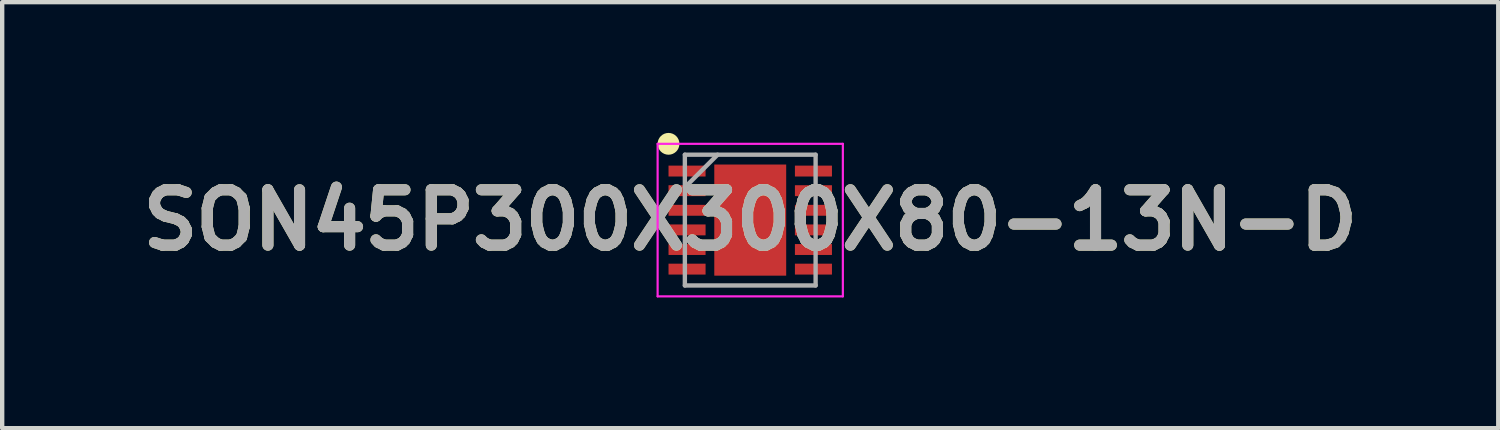
<source format=kicad_pcb>
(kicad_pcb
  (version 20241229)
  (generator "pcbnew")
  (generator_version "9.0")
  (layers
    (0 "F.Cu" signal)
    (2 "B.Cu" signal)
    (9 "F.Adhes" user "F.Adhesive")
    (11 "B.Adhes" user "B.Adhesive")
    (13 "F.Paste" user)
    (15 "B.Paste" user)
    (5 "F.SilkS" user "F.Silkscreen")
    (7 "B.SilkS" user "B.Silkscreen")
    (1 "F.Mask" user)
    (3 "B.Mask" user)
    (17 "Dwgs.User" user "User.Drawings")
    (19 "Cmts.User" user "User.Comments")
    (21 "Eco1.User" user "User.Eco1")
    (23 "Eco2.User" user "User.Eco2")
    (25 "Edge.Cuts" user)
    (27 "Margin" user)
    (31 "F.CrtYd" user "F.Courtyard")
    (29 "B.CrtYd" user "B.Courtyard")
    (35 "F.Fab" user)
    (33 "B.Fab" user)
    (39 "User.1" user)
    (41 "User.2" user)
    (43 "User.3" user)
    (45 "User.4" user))
  (footprint "SON45P300X300X80-13N-D"
    (layer "F.Cu")
    (at 14.164 2)
    (property "Reference" "SON45P300X300X80-13N-D" (at 0 0 0) (layer "F.SilkS") (effects (font (size 1.27 1.27) (thickness 0.254))))
    (attr smd)
    (fp_circle (center -1.875 -1.75) (end -1.875 -1.625) (stroke (width 0.25) (type solid)) (fill no) (layer "F.SilkS"))
    (fp_line (start -2.125 -1.75) (end 2.125 -1.75) (stroke (width 0.05) (type solid)) (layer "F.CrtYd"))
    (fp_line (start -2.125 1.75) (end -2.125 -1.75) (stroke (width 0.05) (type solid)) (layer "F.CrtYd"))
    (fp_line (start 2.125 -1.75) (end 2.125 1.75) (stroke (width 0.05) (type solid)) (layer "F.CrtYd"))
    (fp_line (start 2.125 1.75) (end -2.125 1.75) (stroke (width 0.05) (type solid)) (layer "F.CrtYd"))
    (fp_line (start -1.5 -1.5) (end 1.5 -1.5) (stroke (width 0.1) (type solid)) (layer "F.Fab"))
    (fp_line (start -1.5 -0.75) (end -0.75 -1.5) (stroke (width 0.1) (type solid)) (layer "F.Fab"))
    (fp_line (start -1.5 1.5) (end -1.5 -1.5) (stroke (width 0.1) (type solid)) (layer "F.Fab"))
    (fp_line (start 1.5 -1.5) (end 1.5 1.5) (stroke (width 0.1) (type solid)) (layer "F.Fab"))
    (fp_line (start 1.5 1.5) (end -1.5 1.5) (stroke (width 0.1) (type solid)) (layer "F.Fab"))
    (fp_text user "${REFERENCE}" (at 0 0 0) (layer "F.Fab") (effects (font (size 1.27 1.27) (thickness 0.254))))
    (pad "1" smd rect (at -1.45 -1.125 90) (size 0.25 0.85) (layers "F.Cu" "F.Mask" "F.Paste"))
    (pad "2" smd rect (at -1.45 -0.675 90) (size 0.25 0.85) (layers "F.Cu" "F.Mask" "F.Paste"))
    (pad "3" smd rect (at -1.45 -0.225 90) (size 0.25 0.85) (layers "F.Cu" "F.Mask" "F.Paste"))
    (pad "4" smd rect (at -1.45 0.225 90) (size 0.25 0.85) (layers "F.Cu" "F.Mask" "F.Paste"))
    (pad "5" smd rect (at -1.45 0.675 90) (size 0.25 0.85) (layers "F.Cu" "F.Mask" "F.Paste"))
    (pad "6" smd rect (at -1.45 1.125 90) (size 0.25 0.85) (layers "F.Cu" "F.Mask" "F.Paste"))
    (pad "7" smd rect (at 1.45 1.125 90) (size 0.25 0.85) (layers "F.Cu" "F.Mask" "F.Paste"))
    (pad "8" smd rect (at 1.45 0.675 90) (size 0.25 0.85) (layers "F.Cu" "F.Mask" "F.Paste"))
    (pad "9" smd rect (at 1.45 0.225 90) (size 0.25 0.85) (layers "F.Cu" "F.Mask" "F.Paste"))
    (pad "10" smd rect (at 1.45 -0.225 90) (size 0.25 0.85) (layers "F.Cu" "F.Mask" "F.Paste"))
    (pad "11" smd rect (at 1.45 -0.675 90) (size 0.25 0.85) (layers "F.Cu" "F.Mask" "F.Paste"))
    (pad "12" smd rect (at 1.45 -1.125 90) (size 0.25 0.85) (layers "F.Cu" "F.Mask" "F.Paste"))
    (pad "13" smd rect (at 0 0) (size 1.65 2.55) (layers "F.Cu" "F.Mask" "F.Paste")))
  (gr_rect
    (start -3 -3)
    (end 31.327 6.775)
    (stroke (width 0.1) (type default))
    (fill no)
    (layer "Edge.Cuts")))
</source>
